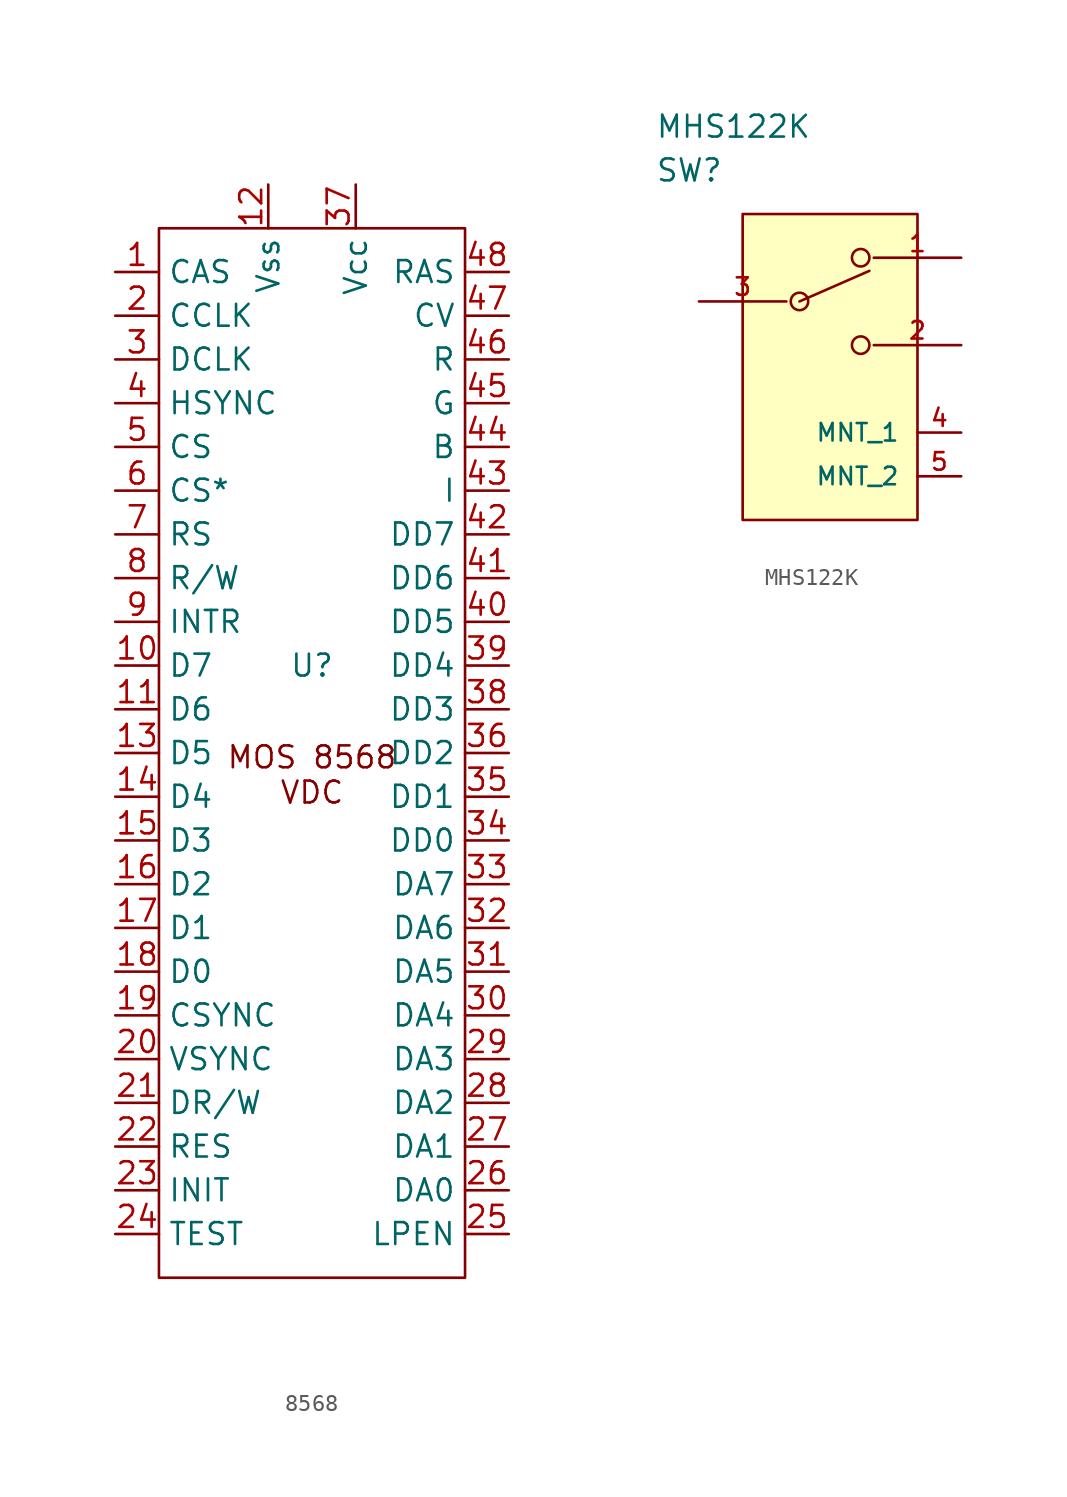
<source format=kicad_sym>
(kicad_symbol_lib
  (version 20220914)
  (generator kicad_symbol_editor)
  (symbol "8568"
    (property "Reference" "U"
      (at 0 6.35 0)
      (effects (font (size 1.27 1.27))))
    (property "Value" ""
      (at -2.54 19.05 0)
      (effects (font (size 1.27 1.27))))
    (symbol "8568_0_1"
      (rectangle (start -8.89 31.75) (end 8.89 -29.21) (stroke (width 0) (type default)) (fill (type none))))
    (symbol "8568_1_1"
      (text "MOS 8568\nVDC" (at 0 0 0) (effects (font (size 1.27 1.27))))
      (pin output line (at -11.43 29.21 0) (length 2.54) (name "CAS" (effects (font (size 1.27 1.27)))) (number "1" (effects (font (size 1.27 1.27)))))
      (pin bidirectional line (at -11.43 6.35 0) (length 2.54) (name "D7" (effects (font (size 1.27 1.27)))) (number "10" (effects (font (size 1.27 1.27)))))
      (pin bidirectional line (at -11.43 3.81 0) (length 2.54) (name "D6" (effects (font (size 1.27 1.27)))) (number "11" (effects (font (size 1.27 1.27)))))
      (pin power_in line (at -2.54 34.29 270) (length 2.54) (name "Vss" (effects (font (size 1.27 1.27)))) (number "12" (effects (font (size 1.27 1.27)))))
      (pin bidirectional line (at -11.43 1.27 0) (length 2.54) (name "D5" (effects (font (size 1.27 1.27)))) (number "13" (effects (font (size 1.27 1.27)))))
      (pin bidirectional line (at -11.43 -1.27 0) (length 2.54) (name "D4" (effects (font (size 1.27 1.27)))) (number "14" (effects (font (size 1.27 1.27)))))
      (pin bidirectional line (at -11.43 -3.81 0) (length 2.54) (name "D3" (effects (font (size 1.27 1.27)))) (number "15" (effects (font (size 1.27 1.27)))))
      (pin bidirectional line (at -11.43 -6.35 0) (length 2.54) (name "D2" (effects (font (size 1.27 1.27)))) (number "16" (effects (font (size 1.27 1.27)))))
      (pin bidirectional line (at -11.43 -8.89 0) (length 2.54) (name "D1" (effects (font (size 1.27 1.27)))) (number "17" (effects (font (size 1.27 1.27)))))
      (pin bidirectional line (at -11.43 -11.43 0) (length 2.54) (name "D0" (effects (font (size 1.27 1.27)))) (number "18" (effects (font (size 1.27 1.27)))))
      (pin output line (at -11.43 -13.97 0) (length 2.54) (name "CSYNC" (effects (font (size 1.27 1.27)))) (number "19" (effects (font (size 1.27 1.27)))))
      (pin output line (at -11.43 26.67 0) (length 2.54) (name "CCLK" (effects (font (size 1.27 1.27)))) (number "2" (effects (font (size 1.27 1.27)))))
      (pin output line (at -11.43 -16.51 0) (length 2.54) (name "VSYNC" (effects (font (size 1.27 1.27)))) (number "20" (effects (font (size 1.27 1.27)))))
      (pin output line (at -11.43 -19.05 0) (length 2.54) (name "DR/W" (effects (font (size 1.27 1.27)))) (number "21" (effects (font (size 1.27 1.27)))))
      (pin input line (at -11.43 -21.59 0) (length 2.54) (name "RES" (effects (font (size 1.27 1.27)))) (number "22" (effects (font (size 1.27 1.27)))))
      (pin input line (at -11.43 -24.13 0) (length 2.54) (name "INIT" (effects (font (size 1.27 1.27)))) (number "23" (effects (font (size 1.27 1.27)))))
      (pin input line (at -11.43 -26.67 0) (length 2.54) (name "TEST" (effects (font (size 1.27 1.27)))) (number "24" (effects (font (size 1.27 1.27)))))
      (pin input line (at 11.43 -26.67 180) (length 2.54) (name "LPEN" (effects (font (size 1.27 1.27)))) (number "25" (effects (font (size 1.27 1.27)))))
      (pin output line (at 11.43 -24.13 180) (length 2.54) (name "DA0" (effects (font (size 1.27 1.27)))) (number "26" (effects (font (size 1.27 1.27)))))
      (pin output line (at 11.43 -21.59 180) (length 2.54) (name "DA1" (effects (font (size 1.27 1.27)))) (number "27" (effects (font (size 1.27 1.27)))))
      (pin output line (at 11.43 -19.05 180) (length 2.54) (name "DA2" (effects (font (size 1.27 1.27)))) (number "28" (effects (font (size 1.27 1.27)))))
      (pin output line (at 11.43 -16.51 180) (length 2.54) (name "DA3" (effects (font (size 1.27 1.27)))) (number "29" (effects (font (size 1.27 1.27)))))
      (pin input line (at -11.43 24.13 0) (length 2.54) (name "DCLK" (effects (font (size 1.27 1.27)))) (number "3" (effects (font (size 1.27 1.27)))))
      (pin output line (at 11.43 -13.97 180) (length 2.54) (name "DA4" (effects (font (size 1.27 1.27)))) (number "30" (effects (font (size 1.27 1.27)))))
      (pin output line (at 11.43 -11.43 180) (length 2.54) (name "DA5" (effects (font (size 1.27 1.27)))) (number "31" (effects (font (size 1.27 1.27)))))
      (pin output line (at 11.43 -8.89 180) (length 2.54) (name "DA6" (effects (font (size 1.27 1.27)))) (number "32" (effects (font (size 1.27 1.27)))))
      (pin output line (at 11.43 -6.35 180) (length 2.54) (name "DA7" (effects (font (size 1.27 1.27)))) (number "33" (effects (font (size 1.27 1.27)))))
      (pin bidirectional line (at 11.43 -3.81 180) (length 2.54) (name "DD0" (effects (font (size 1.27 1.27)))) (number "34" (effects (font (size 1.27 1.27)))))
      (pin bidirectional line (at 11.43 -1.27 180) (length 2.54) (name "DD1" (effects (font (size 1.27 1.27)))) (number "35" (effects (font (size 1.27 1.27)))))
      (pin bidirectional line (at 11.43 1.27 180) (length 2.54) (name "DD2" (effects (font (size 1.27 1.27)))) (number "36" (effects (font (size 1.27 1.27)))))
      (pin power_in line (at 2.54 34.29 270) (length 2.54) (name "Vcc" (effects (font (size 1.27 1.27)))) (number "37" (effects (font (size 1.27 1.27)))))
      (pin bidirectional line (at 11.43 3.81 180) (length 2.54) (name "DD3" (effects (font (size 1.27 1.27)))) (number "38" (effects (font (size 1.27 1.27)))))
      (pin bidirectional line (at 11.43 6.35 180) (length 2.54) (name "DD4" (effects (font (size 1.27 1.27)))) (number "39" (effects (font (size 1.27 1.27)))))
      (pin output line (at -11.43 21.59 0) (length 2.54) (name "HSYNC" (effects (font (size 1.27 1.27)))) (number "4" (effects (font (size 1.27 1.27)))))
      (pin bidirectional line (at 11.43 8.89 180) (length 2.54) (name "DD5" (effects (font (size 1.27 1.27)))) (number "40" (effects (font (size 1.27 1.27)))))
      (pin bidirectional line (at 11.43 11.43 180) (length 2.54) (name "DD6" (effects (font (size 1.27 1.27)))) (number "41" (effects (font (size 1.27 1.27)))))
      (pin bidirectional line (at 11.43 13.97 180) (length 2.54) (name "DD7" (effects (font (size 1.27 1.27)))) (number "42" (effects (font (size 1.27 1.27)))))
      (pin output line (at 11.43 16.51 180) (length 2.54) (name "I" (effects (font (size 1.27 1.27)))) (number "43" (effects (font (size 1.27 1.27)))))
      (pin output line (at 11.43 19.05 180) (length 2.54) (name "B" (effects (font (size 1.27 1.27)))) (number "44" (effects (font (size 1.27 1.27)))))
      (pin output line (at 11.43 21.59 180) (length 2.54) (name "G" (effects (font (size 1.27 1.27)))) (number "45" (effects (font (size 1.27 1.27)))))
      (pin output line (at 11.43 24.13 180) (length 2.54) (name "R" (effects (font (size 1.27 1.27)))) (number "46" (effects (font (size 1.27 1.27)))))
      (pin output line (at 11.43 26.67 180) (length 2.54) (name "CV" (effects (font (size 1.27 1.27)))) (number "47" (effects (font (size 1.27 1.27)))))
      (pin output line (at 11.43 29.21 180) (length 2.54) (name "RAS" (effects (font (size 1.27 1.27)))) (number "48" (effects (font (size 1.27 1.27)))))
      (pin input line (at -11.43 19.05 0) (length 2.54) (name "CS" (effects (font (size 1.27 1.27)))) (number "5" (effects (font (size 1.27 1.27)))))
      (pin input line (at -11.43 16.51 0) (length 2.54) (name "CS*" (effects (font (size 1.27 1.27)))) (number "6" (effects (font (size 1.27 1.27)))))
      (pin input line (at -11.43 13.97 0) (length 2.54) (name "RS" (effects (font (size 1.27 1.27)))) (number "7" (effects (font (size 1.27 1.27)))))
      (pin input line (at -11.43 11.43 0) (length 2.54) (name "R/W" (effects (font (size 1.27 1.27)))) (number "8" (effects (font (size 1.27 1.27)))))
      (pin output line (at -11.43 8.89 0) (length 2.54) (name "INTR" (effects (font (size 1.27 1.27)))) (number "9" (effects (font (size 1.27 1.27)))))))
  (symbol "MHS122K"
    (pin_names
      (offset 1.016))
    (property "Reference" "SW"
      (at 0 7.62 0)
      (effects (font (size 1.27 1.27)) (justify left)))
    (property "Value" "MHS122K"
      (at 0 10.16 0)
      (effects (font (size 1.27 1.27)) (justify left)))
    (symbol "MHS122K_1_1"
      (polyline (pts (xy 8.382 0) (xy 12.446 1.778)) (stroke (width 0) (type solid)) (fill (type none)))
      (rectangle (start 5.08 5.08) (end 15.24 -12.7) (stroke (width 0) (type solid)) (fill (type background)))
      (circle (center 8.382 0) (radius 0.508) (stroke (width 0) (type solid)) (fill (type none)))
      (circle (center 11.938 -2.54) (radius 0.508) (stroke (width 0) (type solid)) (fill (type none)))
      (circle (center 11.938 2.54) (radius 0.508) (stroke (width 0) (type solid)) (fill (type none)))
      (pin unspecified line (at 17.78 2.54 180) (length 5.08) (name "1" (effects (font (size 0 0)))) (number "1" (effects (font (size 1.016 1.016)))))
      (pin unspecified line (at 17.78 -2.54 180) (length 5.08) (name "2" (effects (font (size 0 0)))) (number "2" (effects (font (size 1.016 1.016)))))
      (pin unspecified line (at 2.54 0 0) (length 5.08) (name "COMMON" (effects (font (size 0 0)))) (number "3" (effects (font (size 1.016 1.016)))))
      (pin unspecified line (at 17.78 -7.62 180) (length 2.54) (name "MNT_1" (effects (font (size 1.016 1.016)))) (number "4" (effects (font (size 1.016 1.016)))))
      (pin unspecified line (at 17.78 -10.16 180) (length 2.54) (name "MNT_2" (effects (font (size 1.016 1.016)))) (number "5" (effects (font (size 1.016 1.016))))))))
</source>
